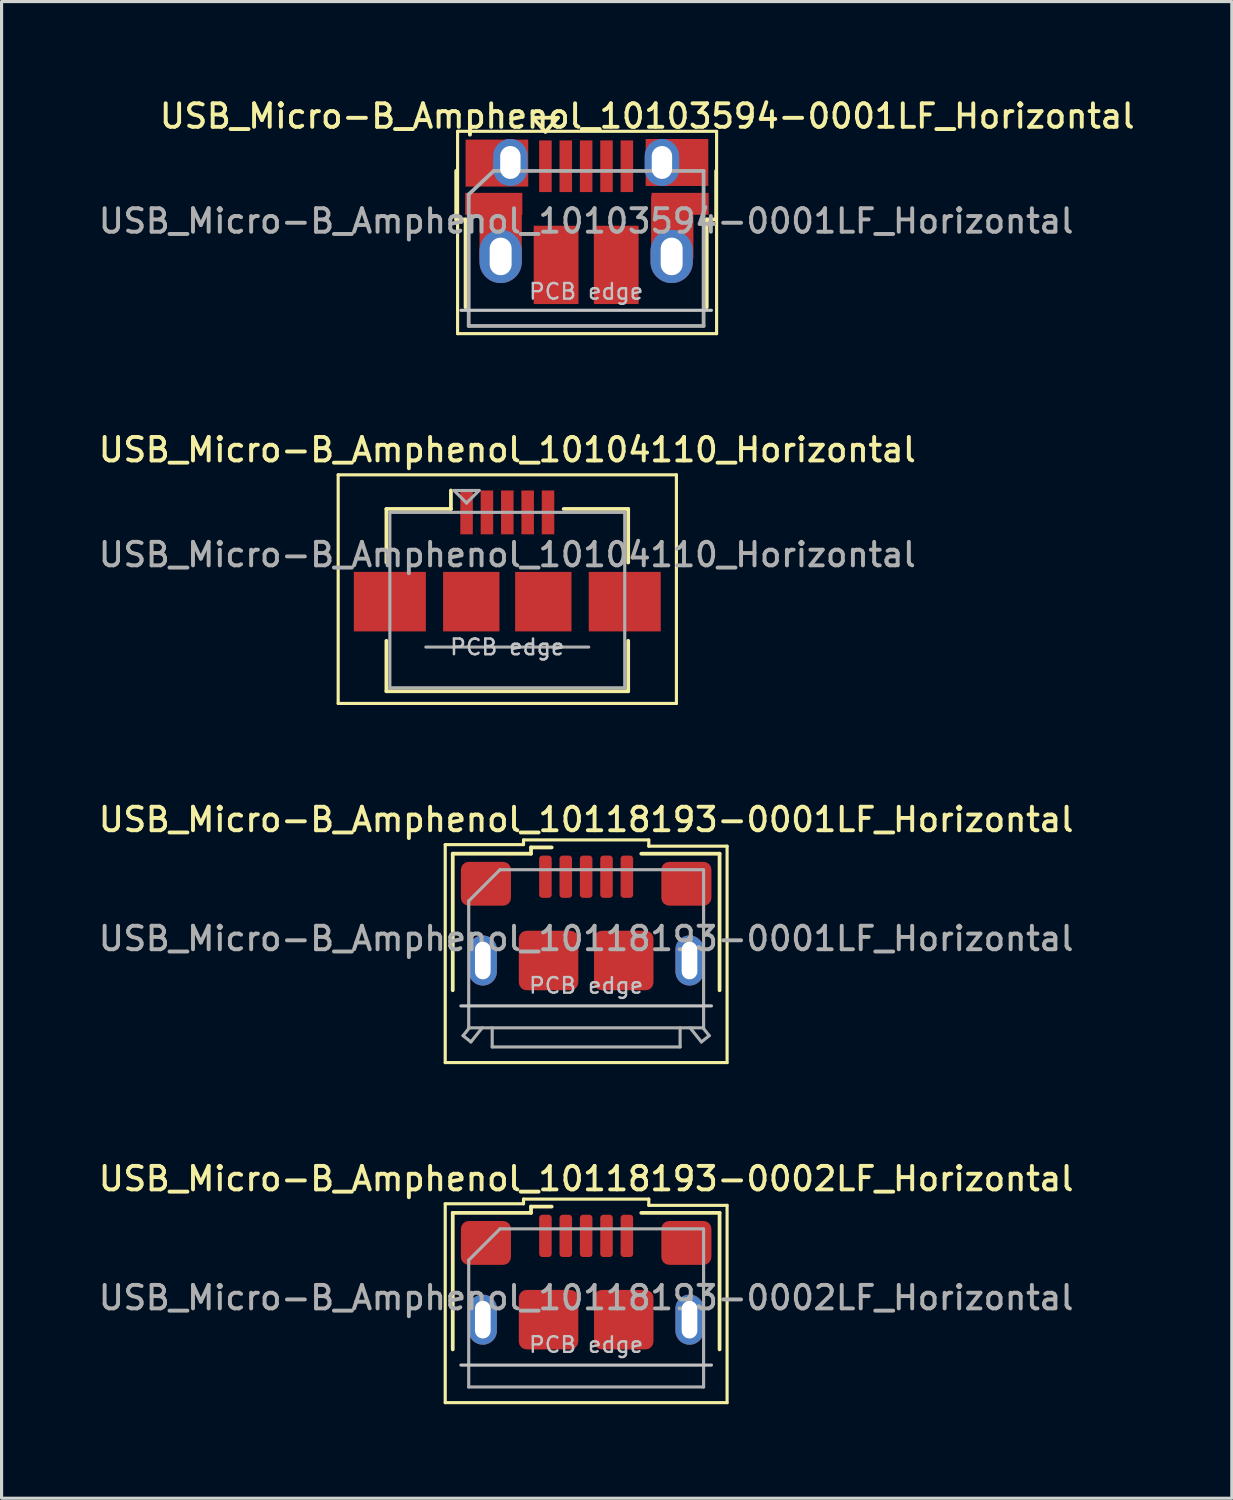
<source format=kicad_pcb>
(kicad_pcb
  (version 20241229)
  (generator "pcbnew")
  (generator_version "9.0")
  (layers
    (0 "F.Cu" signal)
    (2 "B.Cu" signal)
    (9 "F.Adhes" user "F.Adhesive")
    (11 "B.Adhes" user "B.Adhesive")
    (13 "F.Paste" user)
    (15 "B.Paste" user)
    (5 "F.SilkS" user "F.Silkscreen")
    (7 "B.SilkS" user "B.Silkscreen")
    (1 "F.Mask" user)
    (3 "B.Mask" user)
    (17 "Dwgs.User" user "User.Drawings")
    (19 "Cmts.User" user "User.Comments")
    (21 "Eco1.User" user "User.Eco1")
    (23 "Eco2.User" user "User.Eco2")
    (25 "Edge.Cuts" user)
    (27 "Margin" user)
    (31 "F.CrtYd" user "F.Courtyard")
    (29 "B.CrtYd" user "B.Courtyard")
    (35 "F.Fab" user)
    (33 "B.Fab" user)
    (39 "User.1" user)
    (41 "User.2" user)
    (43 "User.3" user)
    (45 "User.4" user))
  (footprint "USB_Micro-B_Amphenol_10118193-0002LF_Horizontal"
    (layer "F.Cu")
    (at 15.666 39.087)
    (property "Reference" "USB_Micro-B_Amphenol_10118193-0002LF_Horizontal" (at 0 -4.5 0) (layer "F.SilkS") (effects (font (size 0.75 0.75) (thickness 0.125))))
    (attr smd)
    (fp_line (start -4.5 -3.7) (end -4.5 2.65) (stroke (width 0.1) (type solid)) (layer "F.SilkS"))
    (fp_line (start -4.5 -3.7) (end -2 -3.7) (stroke (width 0.1) (type default)) (layer "F.SilkS"))
    (fp_line (start -4.26 -3.41) (end -4.26 0.95) (stroke (width 0.12) (type solid)) (layer "F.SilkS"))
    (fp_line (start -4.26 -3.41) (end -1.76 -3.41) (stroke (width 0.12) (type default)) (layer "F.SilkS"))
    (fp_line (start -2 -3.85) (end 2 -3.85) (stroke (width 0.1) (type solid)) (layer "F.SilkS"))
    (fp_line (start -2 -3.7) (end -2 -3.85) (stroke (width 0.1) (type default)) (layer "F.SilkS"))
    (fp_line (start -1.76 -3.41) (end -1.76 -3.61) (stroke (width 0.12) (type default)) (layer "F.SilkS"))
    (fp_line (start -1.1 -3.61) (end -1.76 -3.61) (stroke (width 0.12) (type default)) (layer "F.SilkS"))
    (fp_line (start 1.76 -3.41) (end 4.26 -3.41) (stroke (width 0.12) (type default)) (layer "F.SilkS"))
    (fp_line (start 2 -3.65) (end 2 -3.85) (stroke (width 0.1) (type default)) (layer "F.SilkS"))
    (fp_line (start 4.26 -3.41) (end 4.26 0.95) (stroke (width 0.12) (type solid)) (layer "F.SilkS"))
    (fp_line (start 4.5 -3.65) (end 2 -3.65) (stroke (width 0.1) (type default)) (layer "F.SilkS"))
    (fp_line (start 4.5 2.65) (end -4.5 2.65) (stroke (width 0.1) (type solid)) (layer "F.SilkS"))
    (fp_line (start 4.5 2.65) (end 4.5 -3.65) (stroke (width 0.1) (type solid)) (layer "F.SilkS"))
    (fp_line (start -4 1.45) (end 4 1.45) (stroke (width 0.1) (type solid)) (layer "Dwgs.User"))
    (fp_line (start -3.75 -1.9) (end -3.75 2.15) (stroke (width 0.1) (type solid)) (layer "F.Fab"))
    (fp_line (start -3.75 -1.9) (end -2.75 -2.9) (stroke (width 0.1) (type default)) (layer "F.Fab"))
    (fp_line (start -3.75 2.15) (end 3.75 2.15) (stroke (width 0.1) (type solid)) (layer "F.Fab"))
    (fp_line (start 3.73 -2.9) (end -2.75 -2.9) (stroke (width 0.1) (type solid)) (layer "F.Fab"))
    (fp_line (start 3.75 2.15) (end 3.75 -2.9) (stroke (width 0.1) (type solid)) (layer "F.Fab"))
    (fp_text user "PCB edge" (at 0 0.8 0) (layer "Dwgs.User") (effects (font (size 0.5 0.5) (thickness 0.075))))
    (fp_text user "${REFERENCE}" (at 0 -0.7 0) (layer "F.Fab") (effects (font (size 0.75 0.75) (thickness 0.125))))
    (pad "1" smd roundrect (at -1.3 -2.675) (size 0.4 1.35) (layers "F.Cu" "F.Mask" "F.Paste") (roundrect_rratio 0.25))
    (pad "2" smd roundrect (at -0.65 -2.675) (size 0.4 1.35) (layers "F.Cu" "F.Mask" "F.Paste") (roundrect_rratio 0.25))
    (pad "3" smd roundrect (at 0 -2.675) (size 0.4 1.35) (layers "F.Cu" "F.Mask" "F.Paste") (roundrect_rratio 0.25))
    (pad "4" smd roundrect (at 0.65 -2.675) (size 0.4 1.35) (layers "F.Cu" "F.Mask" "F.Paste") (roundrect_rratio 0.25))
    (pad "5" smd roundrect (at 1.3 -2.675) (size 0.4 1.35) (layers "F.Cu" "F.Mask" "F.Paste") (roundrect_rratio 0.25))
    (pad "6" thru_hole oval (at -3.3 0 90) (size 1.6 0.9) (drill oval 1.2 0.5) (layers "*.Cu" "*.Mask" "F.Paste"))
    (pad "6" smd roundrect (at -3.2 -2.45) (size 1.6 1.4) (layers "F.Cu" "F.Mask" "F.Paste") (roundrect_rratio 0.179))
    (pad "6" smd roundrect (at -1.2 0) (size 1.9 1.9) (layers "F.Cu" "F.Mask" "F.Paste") (roundrect_rratio 0.132))
    (pad "6" smd roundrect (at 1.2 0) (size 1.9 1.9) (layers "F.Cu" "F.Mask" "F.Paste") (roundrect_rratio 0.132))
    (pad "6" smd roundrect (at 3.2 -2.45) (size 1.6 1.4) (layers "F.Cu" "F.Mask" "F.Paste") (roundrect_rratio 0.179))
    (pad "6" thru_hole oval (at 3.3 0 90) (size 1.6 0.9) (drill oval 1.2 0.5) (layers "*.Cu" "*.Mask" "F.Paste")))
  (footprint "USB_Micro-B_Amphenol_10118193-0001LF_Horizontal"
    (layer "F.Cu")
    (at 15.666 27.619)
    (property "Reference" "USB_Micro-B_Amphenol_10118193-0001LF_Horizontal" (at 0 -4.5 0) (layer "F.SilkS") (effects (font (size 0.75 0.75) (thickness 0.125))))
    (attr smd)
    (fp_line (start -4.5 -3.7) (end -4.5 3.26) (stroke (width 0.1) (type solid)) (layer "F.SilkS"))
    (fp_line (start -4.5 -3.7) (end -2 -3.7) (stroke (width 0.1) (type default)) (layer "F.SilkS"))
    (fp_line (start -4.26 -3.41) (end -4.26 0.95) (stroke (width 0.12) (type solid)) (layer "F.SilkS"))
    (fp_line (start -4.26 -3.41) (end -1.76 -3.41) (stroke (width 0.12) (type default)) (layer "F.SilkS"))
    (fp_line (start -2 -3.85) (end 2 -3.85) (stroke (width 0.1) (type solid)) (layer "F.SilkS"))
    (fp_line (start -2 -3.7) (end -2 -3.85) (stroke (width 0.1) (type default)) (layer "F.SilkS"))
    (fp_line (start -1.76 -3.41) (end -1.76 -3.61) (stroke (width 0.12) (type default)) (layer "F.SilkS"))
    (fp_line (start -1.1 -3.61) (end -1.76 -3.61) (stroke (width 0.12) (type default)) (layer "F.SilkS"))
    (fp_line (start 1.76 -3.41) (end 4.26 -3.41) (stroke (width 0.12) (type default)) (layer "F.SilkS"))
    (fp_line (start 2 -3.65) (end 2 -3.85) (stroke (width 0.1) (type default)) (layer "F.SilkS"))
    (fp_line (start 4.26 -3.41) (end 4.26 0.95) (stroke (width 0.12) (type solid)) (layer "F.SilkS"))
    (fp_line (start 4.5 -3.65) (end 2 -3.65) (stroke (width 0.1) (type default)) (layer "F.SilkS"))
    (fp_line (start 4.5 3.26) (end -4.5 3.26) (stroke (width 0.1) (type solid)) (layer "F.SilkS"))
    (fp_line (start 4.5 3.26) (end 4.5 -3.65) (stroke (width 0.1) (type solid)) (layer "F.SilkS"))
    (fp_line (start -4 1.45) (end 4 1.45) (stroke (width 0.1) (type solid)) (layer "Dwgs.User"))
    (fp_line (start -3.93 2.4) (end -3.68 2.6) (stroke (width 0.1) (type solid)) (layer "F.Fab"))
    (fp_line (start -3.75 -1.9) (end -3.75 2.15) (stroke (width 0.1) (type solid)) (layer "F.Fab"))
    (fp_line (start -3.75 -1.9) (end -2.75 -2.9) (stroke (width 0.1) (type default)) (layer "F.Fab"))
    (fp_line (start -3.75 2.15) (end 3.75 2.15) (stroke (width 0.1) (type solid)) (layer "F.Fab"))
    (fp_line (start -3.73 2.15) (end -3.93 2.4) (stroke (width 0.1) (type solid)) (layer "F.Fab"))
    (fp_line (start -3.32 2.15) (end -3.68 2.6) (stroke (width 0.1) (type solid)) (layer "F.Fab"))
    (fp_line (start -3 2.15) (end -3 2.76) (stroke (width 0.1) (type solid)) (layer "F.Fab"))
    (fp_line (start -3 2.76) (end 3 2.76) (stroke (width 0.1) (type solid)) (layer "F.Fab"))
    (fp_line (start 3 2.15) (end 3 2.76) (stroke (width 0.1) (type solid)) (layer "F.Fab"))
    (fp_line (start 3.32 2.15) (end 3.68 2.6) (stroke (width 0.1) (type solid)) (layer "F.Fab"))
    (fp_line (start 3.73 -2.9) (end -2.75 -2.9) (stroke (width 0.1) (type solid)) (layer "F.Fab"))
    (fp_line (start 3.73 2.15) (end 3.93 2.4) (stroke (width 0.1) (type solid)) (layer "F.Fab"))
    (fp_line (start 3.75 2.15) (end 3.75 -2.9) (stroke (width 0.1) (type solid)) (layer "F.Fab"))
    (fp_line (start 3.93 2.4) (end 3.68 2.6) (stroke (width 0.1) (type solid)) (layer "F.Fab"))
    (fp_text user "PCB edge" (at 0 0.8 0) (layer "Dwgs.User") (effects (font (size 0.5 0.5) (thickness 0.075))))
    (fp_text user "${REFERENCE}" (at 0 -0.7 0) (layer "F.Fab") (effects (font (size 0.75 0.75) (thickness 0.125))))
    (pad "1" smd roundrect (at -1.3 -2.675) (size 0.4 1.35) (layers "F.Cu" "F.Mask" "F.Paste") (roundrect_rratio 0.25))
    (pad "2" smd roundrect (at -0.65 -2.675) (size 0.4 1.35) (layers "F.Cu" "F.Mask" "F.Paste") (roundrect_rratio 0.25))
    (pad "3" smd roundrect (at 0 -2.675) (size 0.4 1.35) (layers "F.Cu" "F.Mask" "F.Paste") (roundrect_rratio 0.25))
    (pad "4" smd roundrect (at 0.65 -2.675) (size 0.4 1.35) (layers "F.Cu" "F.Mask" "F.Paste") (roundrect_rratio 0.25))
    (pad "5" smd roundrect (at 1.3 -2.675) (size 0.4 1.35) (layers "F.Cu" "F.Mask" "F.Paste") (roundrect_rratio 0.25))
    (pad "6" thru_hole oval (at -3.3 0 90) (size 1.6 0.9) (drill oval 1.2 0.5) (layers "*.Cu" "*.Mask" "F.Paste"))
    (pad "6" smd roundrect (at -3.2 -2.45) (size 1.6 1.4) (layers "F.Cu" "F.Mask" "F.Paste") (roundrect_rratio 0.179))
    (pad "6" smd roundrect (at -1.2 0) (size 1.9 1.9) (layers "F.Cu" "F.Mask" "F.Paste") (roundrect_rratio 0.132))
    (pad "6" smd roundrect (at 1.2 0) (size 1.9 1.9) (layers "F.Cu" "F.Mask" "F.Paste") (roundrect_rratio 0.132))
    (pad "6" smd roundrect (at 3.2 -2.45) (size 1.6 1.4) (layers "F.Cu" "F.Mask" "F.Paste") (roundrect_rratio 0.179))
    (pad "6" thru_hole oval (at 3.3 0 90) (size 1.6 0.9) (drill oval 1.2 0.5) (layers "*.Cu" "*.Mask" "F.Paste")))
  (footprint "USB_Micro-B_Amphenol_10103594-0001LF_Horizontal"
    (layer "F.Cu")
    (at 15.691 4.023)
    (property "Reference" "USB_Micro-B_Amphenol_10103594-0001LF_Horizontal" (at 1.925 -3.365 0) (layer "F.SilkS") (effects (font (size 0.75 0.75) (thickness 0.125))))
    (attr smd)
    (fp_line (start -4.175 -0.065) (end -4.175 -1.615) (stroke (width 0.12) (type solid)) (layer "F.SilkS"))
    (fp_line (start -4.175 -0.065) (end -3.875 -0.065) (stroke (width 0.12) (type solid)) (layer "F.SilkS"))
    (fp_line (start -4.13 -2.88) (end -4.13 3.58) (stroke (width 0.1) (type solid)) (layer "F.SilkS"))
    (fp_line (start -4.13 -2.88) (end 4.14 -2.88) (stroke (width 0.1) (type solid)) (layer "F.SilkS"))
    (fp_line (start -3.875 2.735) (end -3.875 -0.065) (stroke (width 0.12) (type solid)) (layer "F.SilkS"))
    (fp_line (start -1.725 -3.315) (end -0.925 -3.315) (stroke (width 0.12) (type solid)) (layer "F.SilkS"))
    (fp_line (start -1.325 -2.865) (end -1.725 -3.315) (stroke (width 0.12) (type solid)) (layer "F.SilkS"))
    (fp_line (start -0.925 -3.315) (end -1.325 -2.865) (stroke (width 0.12) (type solid)) (layer "F.SilkS"))
    (fp_line (start 3.825 -0.065) (end 4.125 -0.065) (stroke (width 0.12) (type solid)) (layer "F.SilkS"))
    (fp_line (start 3.825 2.735) (end 3.825 -0.065) (stroke (width 0.12) (type solid)) (layer "F.SilkS"))
    (fp_line (start 4.125 -0.065) (end 4.125 -1.615) (stroke (width 0.12) (type solid)) (layer "F.SilkS"))
    (fp_line (start 4.14 3.58) (end -4.13 3.58) (stroke (width 0.1) (type solid)) (layer "F.SilkS"))
    (fp_line (start 4.14 3.58) (end 4.14 -2.88) (stroke (width 0.1) (type solid)) (layer "F.SilkS"))
    (fp_line (start -4.025 2.835) (end 3.975 2.835) (stroke (width 0.1) (type solid)) (layer "Dwgs.User"))
    (fp_line (start -3.775 -0.865) (end -2.975 -1.615) (stroke (width 0.12) (type solid)) (layer "F.Fab"))
    (fp_line (start -3.775 3.335) (end -3.775 -0.865) (stroke (width 0.12) (type solid)) (layer "F.Fab"))
    (fp_line (start -2.975 -1.615) (end 3.725 -1.615) (stroke (width 0.12) (type solid)) (layer "F.Fab"))
    (fp_line (start 3.725 -1.615) (end 3.725 3.335) (stroke (width 0.12) (type solid)) (layer "F.Fab"))
    (fp_line (start 3.725 3.335) (end -3.775 3.335) (stroke (width 0.12) (type solid)) (layer "F.Fab"))
    (fp_text user "PCB edge" (at -0.025 2.235 0) (layer "Dwgs.User") (effects (font (size 0.5 0.5) (thickness 0.075))))
    (fp_text user "${REFERENCE}" (at -0.025 -0.015 0) (layer "F.Fab") (effects (font (size 0.75 0.75) (thickness 0.125))))
    (pad "1" smd rect (at -1.325 -1.765 90) (size 1.65 0.4) (layers "F.Cu" "F.Mask" "F.Paste"))
    (pad "2" smd rect (at -0.675 -1.765 90) (size 1.65 0.4) (layers "F.Cu" "F.Mask" "F.Paste"))
    (pad "3" smd rect (at -0.025 -1.765 90) (size 1.65 0.4) (layers "F.Cu" "F.Mask" "F.Paste"))
    (pad "4" smd rect (at 0.625 -1.765 90) (size 1.65 0.4) (layers "F.Cu" "F.Mask" "F.Paste"))
    (pad "5" smd rect (at 1.275 -1.765 90) (size 1.65 0.4) (layers "F.Cu" "F.Mask" "F.Paste"))
    (pad "6" smd rect (at -2.975 -0.565) (size 1.825 0.7) (layers "F.Cu" "F.Mask" "F.Paste"))
    (pad "6" smd rect (at -2.875 -1.865) (size 2 1.5) (layers "F.Cu" "F.Mask" "F.Paste"))
    (pad "6" smd rect (at -2.755 0.185) (size 1.35 2) (layers "F.Cu" "F.Mask" "F.Paste"))
    (pad "6" thru_hole oval (at -2.755 1.115 90) (size 1.7 1.35) (drill oval 1.2 0.7) (layers "*.Cu" "*.Mask"))
    (pad "6" thru_hole oval (at -2.445 -1.885 90) (size 1.5 1.1) (drill oval 1.05 0.65) (layers "*.Cu" "*.Mask"))
    (pad "6" smd rect (at -0.985 1.385 90) (size 2.5 1.43) (layers "F.Cu" "F.Mask" "F.Paste"))
    (pad "6" smd rect (at 0.935 1.385 90) (size 2.5 1.43) (layers "F.Cu" "F.Mask" "F.Paste"))
    (pad "6" thru_hole oval (at 2.395 -1.885 90) (size 1.5 1.1) (drill oval 1.05 0.65) (layers "*.Cu" "*.Mask"))
    (pad "6" thru_hole oval (at 2.705 1.115 90) (size 1.7 1.35) (drill oval 1.2 0.7) (layers "*.Cu" "*.Mask"))
    (pad "6" smd rect (at 2.725 0.185) (size 1.35 2) (layers "F.Cu" "F.Mask" "F.Paste"))
    (pad "6" smd rect (at 2.875 -1.885) (size 2 1.5) (layers "F.Cu" "F.Mask" "F.Paste"))
    (pad "6" smd rect (at 2.975 -0.565) (size 1.825 0.7) (layers "F.Cu" "F.Mask" "F.Paste")))
  (footprint "USB_Micro-B_Amphenol_10104110_Horizontal"
    (layer "F.Cu")
    (at 13.148 14.861)
    (property "Reference" "USB_Micro-B_Amphenol_10104110_Horizontal" (at 0 -3.55 0) (layer "F.SilkS") (effects (font (size 0.75 0.75) (thickness 0.125))))
    (attr smd)
    (fp_line (start -5.4 -2.75) (end -5.4 4.55) (stroke (width 0.1) (type solid)) (layer "F.SilkS"))
    (fp_line (start -5.4 4.55) (end 5.4 4.55) (stroke (width 0.1) (type solid)) (layer "F.SilkS"))
    (fp_line (start -3.86 -1.66) (end -1.8 -1.66) (stroke (width 0.12) (type solid)) (layer "F.SilkS"))
    (fp_line (start -3.86 0.05) (end -3.86 -1.66) (stroke (width 0.12) (type solid)) (layer "F.SilkS"))
    (fp_line (start -3.86 4.16) (end -3.86 2.55) (stroke (width 0.12) (type solid)) (layer "F.SilkS"))
    (fp_line (start -3.86 4.16) (end 3.86 4.16) (stroke (width 0.12) (type solid)) (layer "F.SilkS"))
    (fp_line (start -1.8 -1.66) (end -1.8 -2.25) (stroke (width 0.12) (type solid)) (layer "F.SilkS"))
    (fp_line (start 3.86 -1.66) (end 1.8 -1.66) (stroke (width 0.12) (type solid)) (layer "F.SilkS"))
    (fp_line (start 3.86 0.05) (end 3.86 -1.66) (stroke (width 0.12) (type solid)) (layer "F.SilkS"))
    (fp_line (start 3.86 4.16) (end 3.86 2.55) (stroke (width 0.12) (type solid)) (layer "F.SilkS"))
    (fp_line (start 5.4 -2.75) (end -5.4 -2.75) (stroke (width 0.1) (type solid)) (layer "F.SilkS"))
    (fp_line (start 5.4 4.55) (end 5.4 -2.75) (stroke (width 0.1) (type solid)) (layer "F.SilkS"))
    (fp_line (start -3.75 -1.55) (end 3.75 -1.55) (stroke (width 0.1) (type solid)) (layer "F.Fab"))
    (fp_line (start -3.75 4.05) (end -3.75 -1.55) (stroke (width 0.1) (type solid)) (layer "F.Fab"))
    (fp_line (start -2.6 2.75) (end 2.6 2.75) (stroke (width 0.1) (type solid)) (layer "F.Fab"))
    (fp_line (start -1.7 -2.25) (end -1.3 -1.85) (stroke (width 0.1) (type solid)) (layer "F.Fab"))
    (fp_line (start -1.3 -1.85) (end -0.9 -2.25) (stroke (width 0.1) (type solid)) (layer "F.Fab"))
    (fp_line (start -0.9 -2.25) (end -1.7 -2.25) (stroke (width 0.1) (type solid)) (layer "F.Fab"))
    (fp_line (start 3.75 -1.55) (end 3.75 4.05) (stroke (width 0.1) (type solid)) (layer "F.Fab"))
    (fp_line (start 3.75 4.05) (end -3.75 4.05) (stroke (width 0.1) (type solid)) (layer "F.Fab"))
    (fp_text user "PCB edge" (at 0 2.75 0) (layer "Dwgs.User") (effects (font (size 0.5 0.5) (thickness 0.08))))
    (fp_text user "${REFERENCE}" (at 0 -0.2 0) (layer "F.Fab") (effects (font (size 0.75 0.75) (thickness 0.125))))
    (pad "1" smd rect (at -1.3 -1.55) (size 0.4 1.4) (layers "F.Cu" "F.Mask" "F.Paste"))
    (pad "2" smd rect (at -0.65 -1.55) (size 0.4 1.4) (layers "F.Cu" "F.Mask" "F.Paste"))
    (pad "3" smd rect (at 0 -1.55) (size 0.4 1.4) (layers "F.Cu" "F.Mask" "F.Paste"))
    (pad "4" smd rect (at 0.65 -1.55) (size 0.4 1.4) (layers "F.Cu" "F.Mask" "F.Paste"))
    (pad "5" smd rect (at 1.3 -1.55) (size 0.4 1.4) (layers "F.Cu" "F.Mask" "F.Paste"))
    (pad "6" smd rect (at -3.75 1.3) (size 2.3 1.9) (layers "F.Cu" "F.Mask" "F.Paste"))
    (pad "6" smd rect (at -1.15 1.3) (size 1.8 1.9) (layers "F.Cu" "F.Mask" "F.Paste"))
    (pad "6" smd rect (at 1.15 1.3) (size 1.8 1.9) (layers "F.Cu" "F.Mask" "F.Paste"))
    (pad "6" smd rect (at 3.75 1.3) (size 2.3 1.9) (layers "F.Cu" "F.Mask" "F.Paste")))
  (gr_rect
    (start -3 -3)
    (end 36.282 44.788)
    (stroke (width 0.1) (type default))
    (fill no)
    (layer "Edge.Cuts")))
</source>
